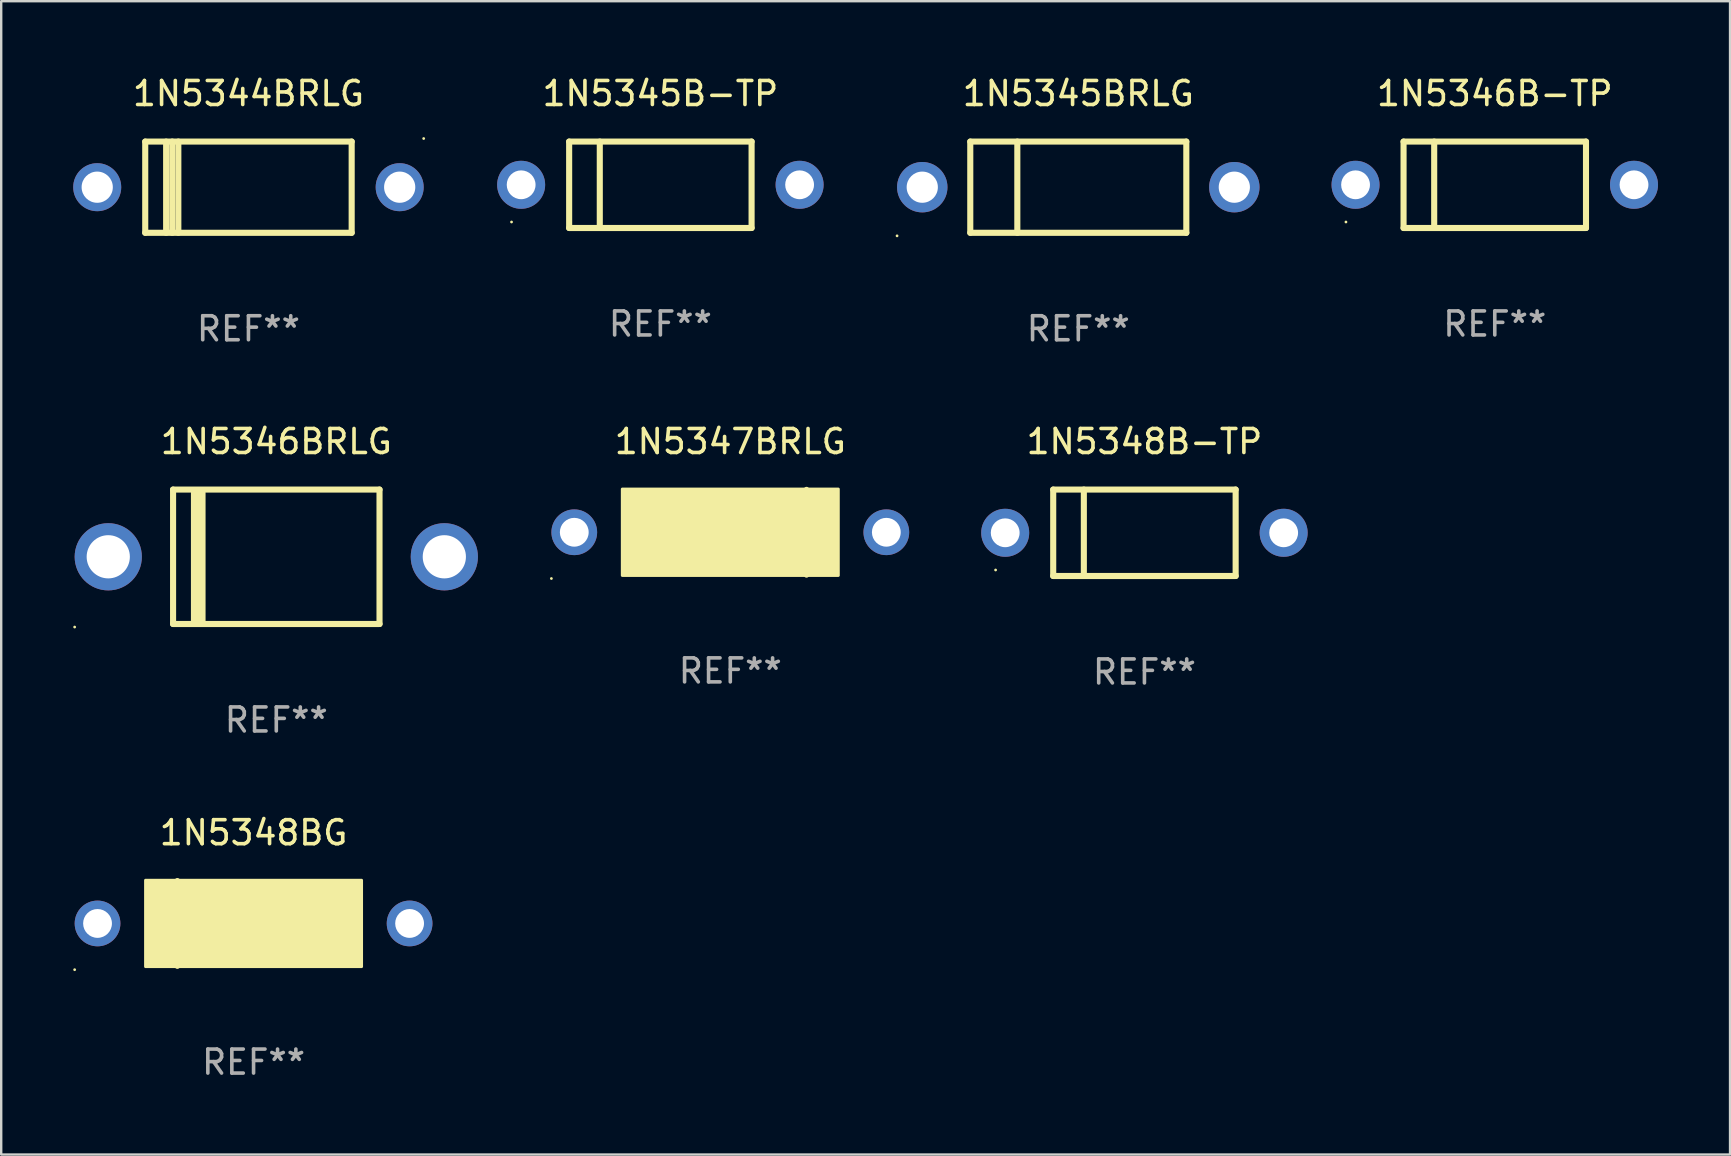
<source format=kicad_pcb>
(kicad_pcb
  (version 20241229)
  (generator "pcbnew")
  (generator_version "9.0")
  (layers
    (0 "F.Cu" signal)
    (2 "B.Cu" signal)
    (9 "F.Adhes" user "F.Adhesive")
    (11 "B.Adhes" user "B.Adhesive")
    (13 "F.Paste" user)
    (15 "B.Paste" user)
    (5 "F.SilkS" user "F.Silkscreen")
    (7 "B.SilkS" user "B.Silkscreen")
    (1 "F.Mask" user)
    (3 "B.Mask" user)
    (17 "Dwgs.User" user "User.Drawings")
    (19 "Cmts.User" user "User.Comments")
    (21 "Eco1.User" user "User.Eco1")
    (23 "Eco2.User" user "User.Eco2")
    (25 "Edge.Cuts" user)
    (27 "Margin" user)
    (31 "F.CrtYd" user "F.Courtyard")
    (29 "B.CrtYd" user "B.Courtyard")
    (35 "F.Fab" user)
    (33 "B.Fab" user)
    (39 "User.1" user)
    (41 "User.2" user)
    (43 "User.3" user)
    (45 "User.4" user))
  (footprint "1N5348BG"
    (layer "F.Cu")
    (at 7.513 35.419)
    (property "Reference" "1N5348BG" (at 0 -3.778 0) (layer "F.SilkS") (effects (font (size 1 1) (thickness 0.15))))
    (attr through_hole)
    (fp_line (start -3.175 1.778) (end -3.175 -1.778) (stroke (width 0.229) (type solid)) (layer "F.SilkS"))
    (fp_circle (center -7.453 1.927) (end -7.423 1.927) (stroke (width 0.06) (type solid)) (fill no) (layer "F.SilkS"))
    (fp_poly (pts (xy -4.5 -1.8) (xy 4.5 -1.8) (xy 4.5 1.8) (xy -4.5 1.8)) (stroke (width 0.12) (type solid)) (fill yes) (layer "F.SilkS"))
    (fp_text user "REF**" (at 0 5.778 0) (layer "F.Fab") (effects (font (size 1 1) (thickness 0.15))))
    (pad "1" thru_hole circle (at -6.5 0.000254) (size 1.905 1.905) (drill 1.2) (layers "*.Cu" "*.Mask"))
    (pad "2" thru_hole circle (at 6.5 0.000254) (size 1.905 1.905) (drill 1.2) (layers "*.Cu" "*.Mask")))
  (footprint "1N5345B-TP"
    (layer "F.Cu")
    (at 24.46 4.648)
    (property "Reference" "1N5345B-TP" (at 0 -3.8 0) (layer "F.SilkS") (effects (font (size 1 1) (thickness 0.15))))
    (attr through_hole)
    (fp_line (start -3.8 -1.8) (end -3.8 1.8) (stroke (width 0.254) (type solid)) (layer "F.SilkS"))
    (fp_line (start -3.8 -1.8) (end 3.8 -1.8) (stroke (width 0.254) (type solid)) (layer "F.SilkS"))
    (fp_line (start -3.8 1.8) (end 3.8 1.8) (stroke (width 0.254) (type solid)) (layer "F.SilkS"))
    (fp_line (start -2.524 -1.8) (end -2.524 1.8) (stroke (width 0.254) (type solid)) (layer "F.SilkS"))
    (fp_line (start 3.8 -1.8) (end 3.8 1.8) (stroke (width 0.254) (type solid)) (layer "F.SilkS"))
    (fp_circle (center -6.2 1.55) (end -6.17 1.55) (stroke (width 0.06) (type solid)) (fill no) (layer "F.SilkS"))
    (fp_text user "REF**" (at 0 5.8 0) (layer "F.Fab") (effects (font (size 1 1) (thickness 0.15))))
    (pad "1" thru_hole circle (at -5.8 0) (size 2 2) (drill 1.2) (layers "*.Cu" "*.Mask"))
    (pad "2" thru_hole circle (at 5.8 0) (size 2 2) (drill 1.2) (layers "*.Cu" "*.Mask")))
  (footprint "1N5346B-TP"
    (layer "F.Cu")
    (at 59.22 4.648)
    (property "Reference" "1N5346B-TP" (at 0 -3.8 0) (layer "F.SilkS") (effects (font (size 1 1) (thickness 0.15))))
    (attr through_hole)
    (fp_line (start -3.8 -1.8) (end -3.8 1.8) (stroke (width 0.254) (type solid)) (layer "F.SilkS"))
    (fp_line (start -3.8 -1.8) (end 3.8 -1.8) (stroke (width 0.254) (type solid)) (layer "F.SilkS"))
    (fp_line (start -3.8 1.8) (end 3.8 1.8) (stroke (width 0.254) (type solid)) (layer "F.SilkS"))
    (fp_line (start -2.524 -1.8) (end -2.524 1.8) (stroke (width 0.254) (type solid)) (layer "F.SilkS"))
    (fp_line (start 3.8 -1.8) (end 3.8 1.8) (stroke (width 0.254) (type solid)) (layer "F.SilkS"))
    (fp_circle (center -6.2 1.55) (end -6.17 1.55) (stroke (width 0.06) (type solid)) (fill no) (layer "F.SilkS"))
    (fp_text user "REF**" (at 0 5.8 0) (layer "F.Fab") (effects (font (size 1 1) (thickness 0.15))))
    (pad "1" thru_hole circle (at -5.8 0) (size 2 2) (drill 1.2) (layers "*.Cu" "*.Mask"))
    (pad "2" thru_hole circle (at 5.8 0) (size 2 2) (drill 1.2) (layers "*.Cu" "*.Mask")))
  (footprint "1N5344BRLG"
    (layer "F.Cu")
    (at 7.3 4.748)
    (property "Reference" "1N5344BRLG" (at 0 -3.9 0) (layer "F.SilkS") (effects (font (size 1 1) (thickness 0.15))))
    (attr through_hole)
    (fp_line (start -4.3 -1.9) (end 4.3 -1.9) (stroke (width 0.254) (type solid)) (layer "F.SilkS"))
    (fp_line (start -4.3 1.9) (end -4.3 -1.9) (stroke (width 0.254) (type solid)) (layer "F.SilkS"))
    (fp_line (start -3.429 1.9) (end -3.429 -1.9) (stroke (width 0.254) (type solid)) (layer "F.SilkS"))
    (fp_line (start -3.175 1.9) (end -3.175 -1.9) (stroke (width 0.254) (type solid)) (layer "F.SilkS"))
    (fp_line (start -2.921 1.9) (end -2.921 -1.9) (stroke (width 0.254) (type solid)) (layer "F.SilkS"))
    (fp_line (start 4.3 -1.9) (end 4.3 1.9) (stroke (width 0.254) (type solid)) (layer "F.SilkS"))
    (fp_line (start 4.3 1.9) (end -4.3 1.9) (stroke (width 0.254) (type solid)) (layer "F.SilkS"))
    (fp_circle (center 7.3 -2.027) (end 7.33 -2.027) (stroke (width 0.06) (type solid)) (fill no) (layer "F.SilkS"))
    (fp_text user "REF**" (at 0 5.9 0) (layer "F.Fab") (effects (font (size 1 1) (thickness 0.15))))
    (pad "1" thru_hole circle (at 6.3 0) (size 2 2) (drill 1.3) (layers "*.Cu" "*.Mask"))
    (pad "2" thru_hole circle (at -6.3 0) (size 2 2) (drill 1.3) (layers "*.Cu" "*.Mask")))
  (footprint "1N5345BRLG"
    (layer "F.Cu")
    (at 41.87 4.748)
    (property "Reference" "1N5345BRLG" (at 0 -3.9 0) (layer "F.SilkS") (effects (font (size 1 1) (thickness 0.15))))
    (attr through_hole)
    (fp_line (start -4.5 -1.9) (end -4.5 1.9) (stroke (width 0.254) (type solid)) (layer "F.SilkS"))
    (fp_line (start -4.5 -1.9) (end 4.5 -1.9) (stroke (width 0.254) (type solid)) (layer "F.SilkS"))
    (fp_line (start -4.5 1.9) (end 4.5 1.9) (stroke (width 0.254) (type solid)) (layer "F.SilkS"))
    (fp_line (start -2.54 -1.9) (end -2.54 1.9) (stroke (width 0.254) (type solid)) (layer "F.SilkS"))
    (fp_line (start 4.5 -1.9) (end 4.5 1.9) (stroke (width 0.254) (type solid)) (layer "F.SilkS"))
    (fp_circle (center -7.55 2.027) (end -7.52 2.027) (stroke (width 0.06) (type solid)) (fill no) (layer "F.SilkS"))
    (fp_text user "REF**" (at 0 5.9 0) (layer "F.Fab") (effects (font (size 1 1) (thickness 0.15))))
    (pad "1" thru_hole circle (at -6.5 0) (size 2.1 2.1) (drill 1.3) (layers "*.Cu" "*.Mask"))
    (pad "2" thru_hole circle (at 6.5 0) (size 2.1 2.1) (drill 1.3) (layers "*.Cu" "*.Mask")))
  (footprint "1N5346BRLG"
    (layer "F.Cu")
    (at 8.46 20.145)
    (property "Reference" "1N5346BRLG" (at 0 -4.8 0) (layer "F.SilkS") (effects (font (size 1 1) (thickness 0.15))))
    (attr through_hole)
    (fp_line (start -4.3 -2.8) (end -4.3 2.8) (stroke (width 0.254) (type solid)) (layer "F.SilkS"))
    (fp_line (start -4.3 -2.8) (end 4.3 -2.8) (stroke (width 0.254) (type solid)) (layer "F.SilkS"))
    (fp_line (start -4.3 2.8) (end 4.3 2.8) (stroke (width 0.254) (type solid)) (layer "F.SilkS"))
    (fp_line (start -3.442 2.667) (end -3.442 -2.667) (stroke (width 0.229) (type solid)) (layer "F.SilkS"))
    (fp_line (start -3.315 2.667) (end -3.315 -2.667) (stroke (width 0.229) (type solid)) (layer "F.SilkS"))
    (fp_line (start -3.188 2.667) (end -3.188 -2.667) (stroke (width 0.229) (type solid)) (layer "F.SilkS"))
    (fp_line (start -3.061 2.667) (end -3.061 -2.667) (stroke (width 0.229) (type solid)) (layer "F.SilkS"))
    (fp_line (start 4.3 -2.8) (end 4.3 2.8) (stroke (width 0.254) (type solid)) (layer "F.SilkS"))
    (fp_circle (center -8.4 2.927) (end -8.37 2.927) (stroke (width 0.06) (type solid)) (fill no) (layer "F.SilkS"))
    (fp_text user "REF**" (at 0 6.8 0) (layer "F.Fab") (effects (font (size 1 1) (thickness 0.15))))
    (pad "1" thru_hole circle (at -7 0) (size 2.8 2.8) (drill 1.8) (layers "*.Cu" "*.Mask"))
    (pad "2" thru_hole circle (at 7 0) (size 2.8 2.8) (drill 1.8) (layers "*.Cu" "*.Mask")))
  (footprint "1N5347BRLG"
    (layer "F.Cu")
    (at 27.373 19.123)
    (property "Reference" "1N5347BRLG" (at 0 -3.778 0) (layer "F.SilkS") (effects (font (size 1 1) (thickness 0.15))))
    (attr through_hole)
    (fp_line (start 3.175 -1.778) (end 3.175 1.778) (stroke (width 0.229) (type solid)) (layer "F.SilkS"))
    (fp_circle (center -7.453 1.927) (end -7.423 1.927) (stroke (width 0.06) (type solid)) (fill no) (layer "F.SilkS"))
    (fp_poly (pts (xy -4.5 -1.8) (xy 4.5 -1.8) (xy 4.5 1.8) (xy -4.5 1.8)) (stroke (width 0.12) (type solid)) (fill yes) (layer "F.SilkS"))
    (fp_text user "REF**" (at 0 5.778 0) (layer "F.Fab") (effects (font (size 1 1) (thickness 0.15))))
    (pad "1" thru_hole circle (at -6.5 0) (size 1.905 1.905) (drill 1.2) (layers "*.Cu" "*.Mask"))
    (pad "2" thru_hole circle (at 6.5 0) (size 1.905 1.905) (drill 1.2) (layers "*.Cu" "*.Mask")))
  (footprint "1N5348B-TP"
    (layer "F.Cu")
    (at 44.625 19.145)
    (property "Reference" "1N5348B-TP" (at 0 -3.8 0) (layer "F.SilkS") (effects (font (size 1 1) (thickness 0.15))))
    (attr through_hole)
    (fp_line (start -3.8 -1.8) (end -3.8 1.8) (stroke (width 0.254) (type solid)) (layer "F.SilkS"))
    (fp_line (start -3.8 -1.8) (end 3.8 -1.8) (stroke (width 0.254) (type solid)) (layer "F.SilkS"))
    (fp_line (start -3.8 1.8) (end 3.8 1.8) (stroke (width 0.254) (type solid)) (layer "F.SilkS"))
    (fp_line (start -2.524 -1.8) (end -2.524 1.8) (stroke (width 0.254) (type solid)) (layer "F.SilkS"))
    (fp_line (start 3.8 -1.8) (end 3.8 1.8) (stroke (width 0.254) (type solid)) (layer "F.SilkS"))
    (fp_circle (center -6.2 1.55) (end -6.17 1.55) (stroke (width 0.06) (type solid)) (fill no) (layer "F.SilkS"))
    (fp_text user "REF**" (at 0 5.8 0) (layer "F.Fab") (effects (font (size 1 1) (thickness 0.15))))
    (pad "1" thru_hole circle (at -5.8 0) (size 2 2) (drill 1.2) (layers "*.Cu" "*.Mask"))
    (pad "2" thru_hole circle (at 5.8 0) (size 2 2) (drill 1.2) (layers "*.Cu" "*.Mask")))
  (gr_rect
    (start -3 -3)
    (end 69.021 45.046)
    (stroke (width 0.1) (type default))
    (fill no)
    (layer "Edge.Cuts")))
</source>
